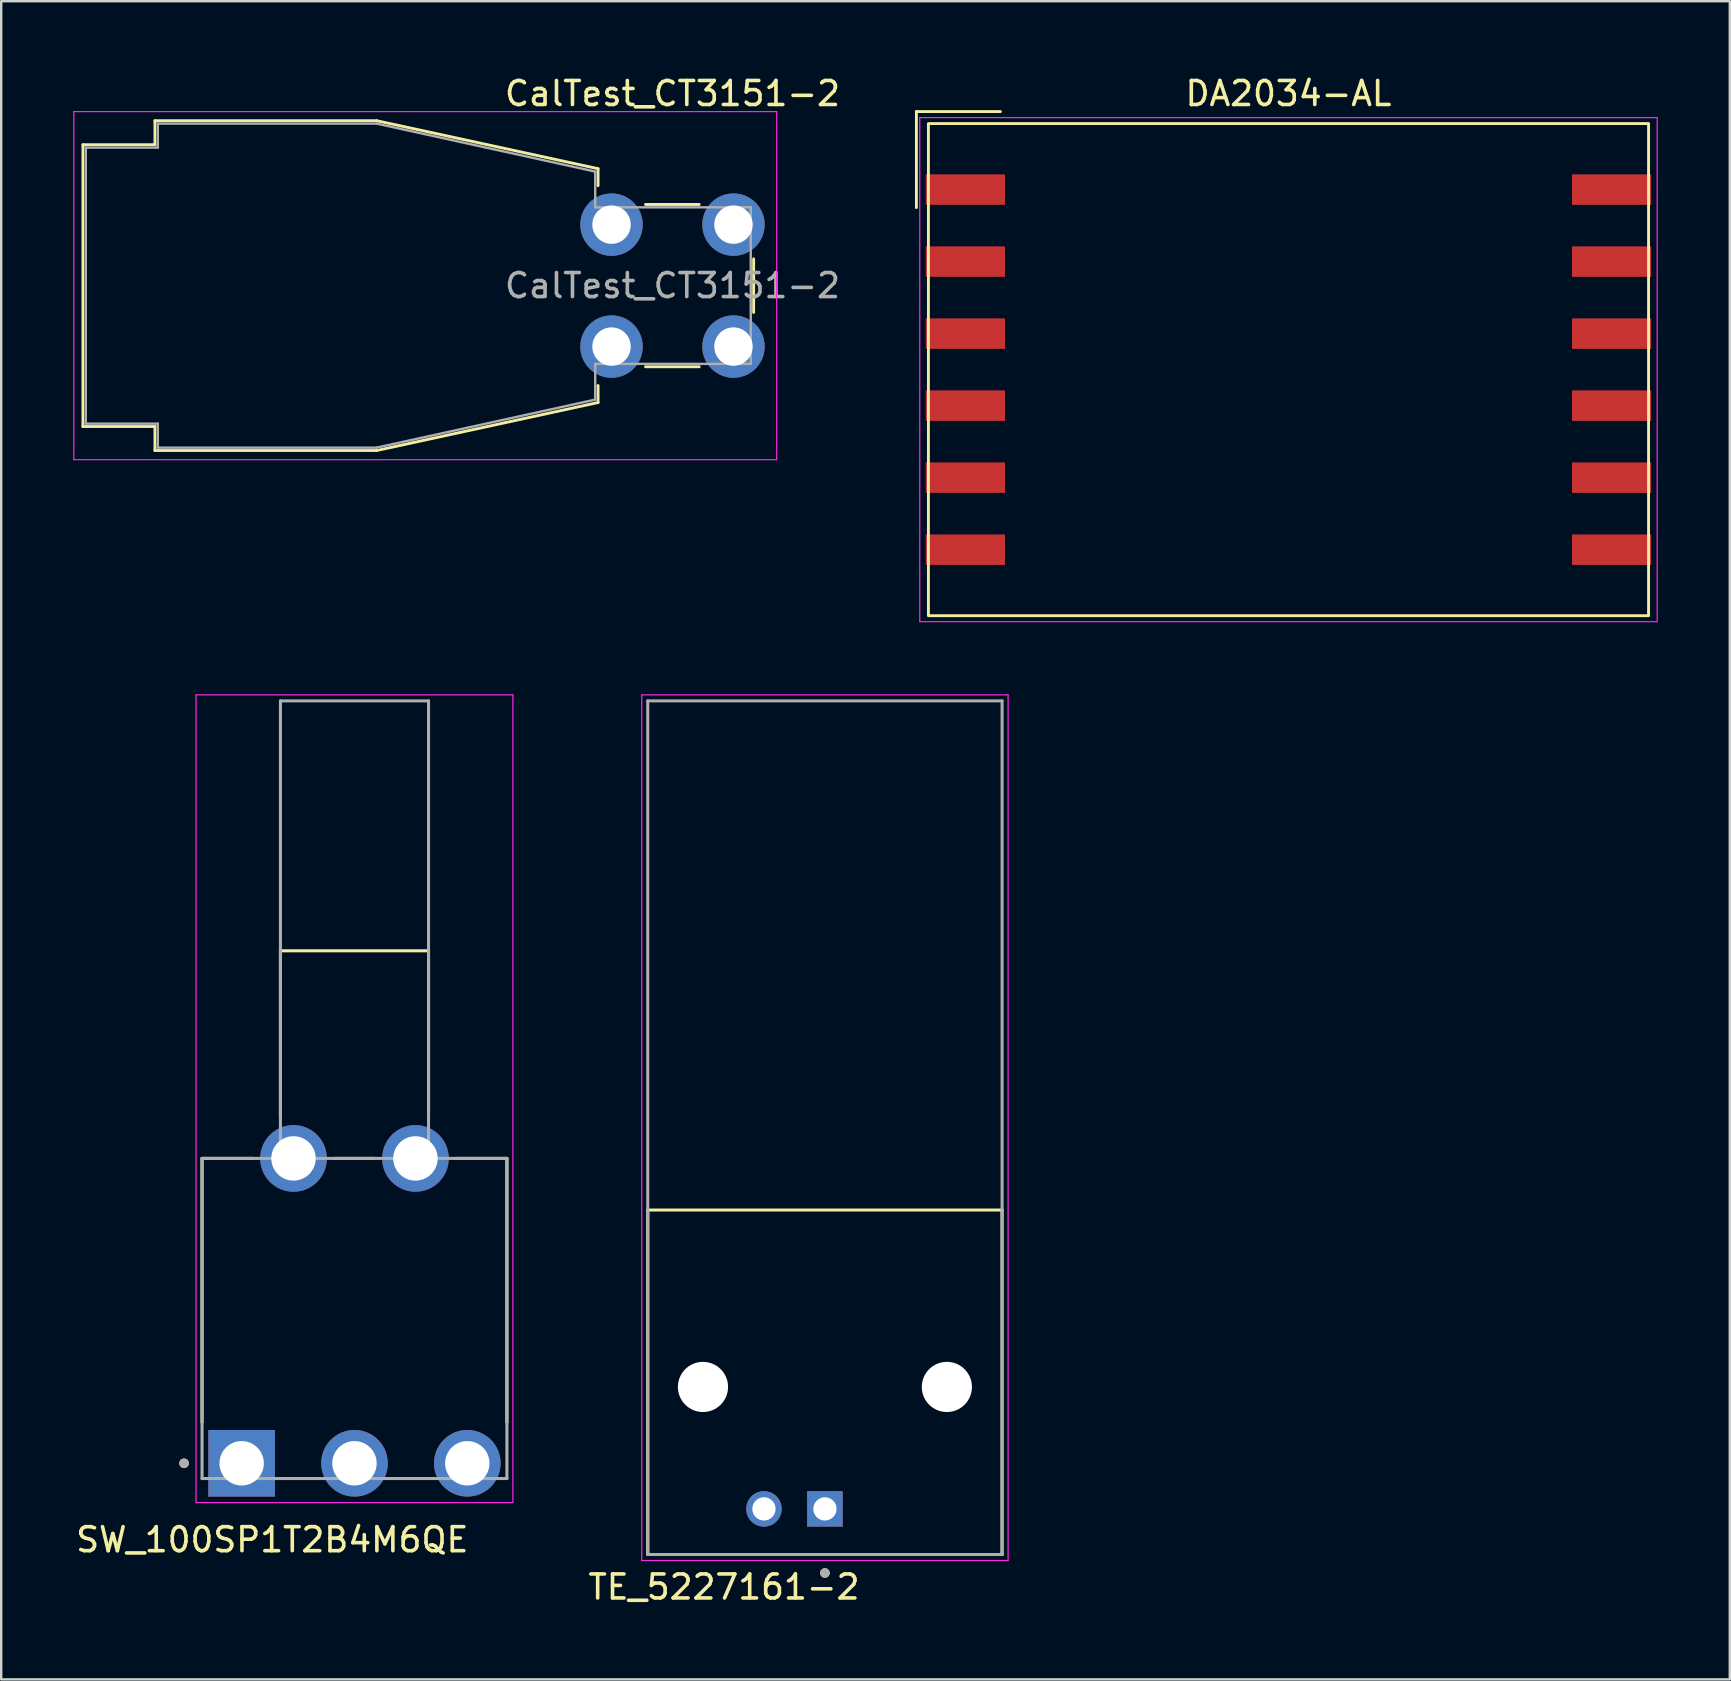
<source format=kicad_pcb>
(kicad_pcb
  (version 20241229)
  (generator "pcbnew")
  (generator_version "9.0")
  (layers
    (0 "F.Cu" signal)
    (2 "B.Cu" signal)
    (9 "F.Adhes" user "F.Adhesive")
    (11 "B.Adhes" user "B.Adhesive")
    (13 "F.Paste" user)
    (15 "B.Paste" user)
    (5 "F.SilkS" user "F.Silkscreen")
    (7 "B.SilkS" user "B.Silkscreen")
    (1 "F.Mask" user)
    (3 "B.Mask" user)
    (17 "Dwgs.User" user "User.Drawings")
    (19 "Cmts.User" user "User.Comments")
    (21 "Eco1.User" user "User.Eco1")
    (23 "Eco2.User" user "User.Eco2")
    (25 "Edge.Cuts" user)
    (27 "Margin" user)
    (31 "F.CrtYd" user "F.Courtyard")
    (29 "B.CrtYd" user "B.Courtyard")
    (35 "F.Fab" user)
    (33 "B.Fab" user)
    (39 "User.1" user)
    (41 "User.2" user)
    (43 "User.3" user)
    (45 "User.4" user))
  (footprint "DA2034-AL"
    (layer "F.Cu")
    (at 50.626 12.348)
    (property "Reference" "DA2034-AL" (at 0 -11.5 0) (layer "F.SilkS") (effects (font (size 1 1) (thickness 0.15))))
    (attr through_hole)
    (fp_line (start -15.5 -10.75) (end -12 -10.75) (stroke (width 0.12) (type solid)) (layer "F.SilkS"))
    (fp_line (start -15.5 -6.75) (end -15.5 -10.75) (stroke (width 0.12) (type solid)) (layer "F.SilkS"))
    (fp_rect (start -15 -10.25) (end 15 10.25) (stroke (width 0.12) (type solid)) (fill no) (layer "F.SilkS"))
    (fp_line (start -15.36 -10.5) (end 15.36 -10.5) (stroke (width 0.05) (type solid)) (layer "F.CrtYd"))
    (fp_line (start -15.36 10.5) (end -15.36 -10.5) (stroke (width 0.05) (type solid)) (layer "F.CrtYd"))
    (fp_line (start 15.36 -10.5) (end 15.36 10.5) (stroke (width 0.05) (type solid)) (layer "F.CrtYd"))
    (fp_line (start 15.36 10.5) (end -15.36 10.5) (stroke (width 0.05) (type solid)) (layer "F.CrtYd"))
    (pad "1" smd rect (at -13.46 -7.5 270) (size 1.27 3.3) (layers "F.Cu" "F.Mask" "F.Paste"))
    (pad "2" smd rect (at -13.46 -4.5 270) (size 1.27 3.3) (layers "F.Cu" "F.Mask" "F.Paste"))
    (pad "3" smd rect (at -13.46 -1.5 270) (size 1.27 3.3) (layers "F.Cu" "F.Mask" "F.Paste"))
    (pad "4" smd rect (at -13.46 1.5 270) (size 1.27 3.3) (layers "F.Cu" "F.Mask" "F.Paste"))
    (pad "5" smd rect (at -13.46 4.5 270) (size 1.27 3.3) (layers "F.Cu" "F.Mask" "F.Paste"))
    (pad "6" smd rect (at -13.46 7.5 270) (size 1.27 3.3) (layers "F.Cu" "F.Mask" "F.Paste"))
    (pad "7" smd rect (at 13.46 7.5 270) (size 1.27 3.3) (layers "F.Cu" "F.Mask" "F.Paste"))
    (pad "8" smd rect (at 13.46 4.5 270) (size 1.27 3.3) (layers "F.Cu" "F.Mask" "F.Paste"))
    (pad "9" smd rect (at 13.46 1.5 270) (size 1.27 3.3) (layers "F.Cu" "F.Mask" "F.Paste"))
    (pad "10" smd rect (at 13.46 -1.5 270) (size 1.27 3.3) (layers "F.Cu" "F.Mask" "F.Paste"))
    (pad "11" smd rect (at 13.46 -4.5 270) (size 1.27 3.3) (layers "F.Cu" "F.Mask" "F.Paste"))
    (pad "12" smd rect (at 13.46 -7.5 270) (size 1.27 3.3) (layers "F.Cu" "F.Mask" "F.Paste")))
  (footprint "SW_100SP1T2B4M6QE"
    (layer "F.Cu")
    (at 11.717 57.908)
    (property "Reference" "SW_100SP1T2B4M6QE" (at -3.425 3.185 0) (layer "F.SilkS") (effects (font (size 1 1) (thickness 0.15))))
    (attr through_hole)
    (fp_line (start -6.35 -12.7) (end -6.35 -1.708) (stroke (width 0.127) (type solid)) (layer "F.SilkS"))
    (fp_line (start -4.247 -12.7) (end -6.35 -12.7) (stroke (width 0.127) (type solid)) (layer "F.SilkS"))
    (fp_line (start -3.085 -21.35) (end 3.085 -21.35) (stroke (width 0.127) (type solid)) (layer "F.SilkS"))
    (fp_line (start -3.085 -14.408) (end -3.085 -21.35) (stroke (width 0.127) (type solid)) (layer "F.SilkS"))
    (fp_line (start -0.833 -12.7) (end 0.833 -12.7) (stroke (width 0.127) (type solid)) (layer "F.SilkS"))
    (fp_line (start 3.085 -21.35) (end 3.085 -14.408) (stroke (width 0.127) (type solid)) (layer "F.SilkS"))
    (fp_line (start 6.35 -12.7) (end 4.247 -12.7) (stroke (width 0.127) (type solid)) (layer "F.SilkS"))
    (fp_line (start 6.35 -1.708) (end 6.35 -12.7) (stroke (width 0.127) (type solid)) (layer "F.SilkS"))
    (fp_circle (center -7.1 0) (end -7 0) (stroke (width 0.2) (type solid)) (fill no) (layer "F.SilkS"))
    (fp_line (start -6.6 -32.01) (end -6.6 1.637) (stroke (width 0.05) (type solid)) (layer "F.CrtYd"))
    (fp_line (start -6.6 1.637) (end 6.6 1.637) (stroke (width 0.05) (type solid)) (layer "F.CrtYd"))
    (fp_line (start 6.6 -32.01) (end -6.6 -32.01) (stroke (width 0.05) (type solid)) (layer "F.CrtYd"))
    (fp_line (start 6.6 1.637) (end 6.6 -32.01) (stroke (width 0.05) (type solid)) (layer "F.CrtYd"))
    (fp_line (start -6.35 -12.7) (end -6.35 0.635) (stroke (width 0.127) (type solid)) (layer "F.Fab"))
    (fp_line (start -6.35 0.635) (end 6.35 0.635) (stroke (width 0.127) (type solid)) (layer "F.Fab"))
    (fp_line (start -3.085 -31.76) (end 3.085 -31.76) (stroke (width 0.127) (type solid)) (layer "F.Fab"))
    (fp_line (start -3.085 -12.7) (end -6.35 -12.7) (stroke (width 0.127) (type solid)) (layer "F.Fab"))
    (fp_line (start -3.085 -12.7) (end -3.085 -31.76) (stroke (width 0.127) (type solid)) (layer "F.Fab"))
    (fp_line (start 3.085 -31.76) (end 3.085 -12.7) (stroke (width 0.127) (type solid)) (layer "F.Fab"))
    (fp_line (start 3.085 -12.7) (end -3.085 -12.7) (stroke (width 0.127) (type solid)) (layer "F.Fab"))
    (fp_line (start 6.35 -12.7) (end 3.085 -12.7) (stroke (width 0.127) (type solid)) (layer "F.Fab"))
    (fp_line (start 6.35 0.635) (end 6.35 -12.7) (stroke (width 0.127) (type solid)) (layer "F.Fab"))
    (fp_circle (center -7.1 0) (end -7 0) (stroke (width 0.2) (type solid)) (fill no) (layer "F.Fab"))
    (pad "1" thru_hole rect (at -4.7 0) (size 2.775 2.775) (drill 1.85) (layers "*.Cu" "*.Mask"))
    (pad "2" thru_hole circle (at 0 0) (size 2.775 2.775) (drill 1.85) (layers "*.Cu" "*.Mask"))
    (pad "3" thru_hole circle (at 4.7 0) (size 2.775 2.775) (drill 1.85) (layers "*.Cu" "*.Mask"))
    (pad "S1" thru_hole circle (at -2.54 -12.7) (size 2.775 2.775) (drill 1.85) (layers "*.Cu" "*.Mask"))
    (pad "S2" thru_hole circle (at 2.54 -12.7) (size 2.775 2.775) (drill 1.85) (layers "*.Cu" "*.Mask")))
  (footprint "TE_5227161-2"
    (layer "F.Cu")
    (at 31.315 54.728)
    (property "Reference" "TE_5227161-2" (at -4.205 8.335 0) (layer "F.SilkS") (effects (font (size 1 1) (thickness 0.15))))
    (attr through_hole)
    (fp_line (start -7.38 -7.37) (end 7.38 -7.37) (stroke (width 0.127) (type solid)) (layer "F.SilkS"))
    (fp_line (start -7.38 6.98) (end -7.38 -7.37) (stroke (width 0.127) (type solid)) (layer "F.SilkS"))
    (fp_line (start 7.38 -7.37) (end 7.38 6.98) (stroke (width 0.127) (type solid)) (layer "F.SilkS"))
    (fp_line (start 7.38 6.98) (end -7.38 6.98) (stroke (width 0.127) (type solid)) (layer "F.SilkS"))
    (fp_circle (center 0 7.75) (end 0.1 7.75) (stroke (width 0.2) (type solid)) (fill no) (layer "F.SilkS"))
    (fp_line (start -7.63 -28.83) (end 7.63 -28.83) (stroke (width 0.05) (type solid)) (layer "F.CrtYd"))
    (fp_line (start -7.63 7.23) (end -7.63 -28.83) (stroke (width 0.05) (type solid)) (layer "F.CrtYd"))
    (fp_line (start 7.63 -28.83) (end 7.63 7.23) (stroke (width 0.05) (type solid)) (layer "F.CrtYd"))
    (fp_line (start 7.63 7.23) (end -7.63 7.23) (stroke (width 0.05) (type solid)) (layer "F.CrtYd"))
    (fp_line (start -7.38 -28.58) (end 7.38 -28.58) (stroke (width 0.127) (type solid)) (layer "F.Fab"))
    (fp_line (start -7.38 6.98) (end -7.38 -28.58) (stroke (width 0.127) (type solid)) (layer "F.Fab"))
    (fp_line (start 7.38 -28.58) (end 7.38 6.98) (stroke (width 0.127) (type solid)) (layer "F.Fab"))
    (fp_line (start 7.38 6.98) (end -7.38 6.98) (stroke (width 0.127) (type solid)) (layer "F.Fab"))
    (fp_circle (center 0 7.75) (end 0.1 7.75) (stroke (width 0.2) (type solid)) (fill no) (layer "F.Fab"))
    (pad "" np_thru_hole circle (at -5.08 0) (size 2.09 2.09) (drill 2.09) (layers "*.Cu" "*.Mask"))
    (pad "" np_thru_hole circle (at 5.08 0) (size 2.09 2.09) (drill 2.09) (layers "*.Cu" "*.Mask"))
    (pad "1" thru_hole rect (at 0 5.08) (size 1.478 1.478) (drill 0.97) (layers "*.Cu" "*.Mask"))
    (pad "2" thru_hole circle (at -2.54 5.08) (size 1.478 1.478) (drill 0.97) (layers "*.Cu" "*.Mask")))
  (footprint "CalTest_CT3151-2"
    (layer "F.Cu")
    (at 22.425 6.308)
    (property "Reference" "CalTest_CT3151-2" (at 2.54 -5.46 0) (layer "F.SilkS") (effects (font (size 1 1) (thickness 0.15))))
    (attr through_hole)
    (fp_line (start -22.02 -3.33) (end -19.02 -3.33) (stroke (width 0.12) (type solid)) (layer "F.SilkS"))
    (fp_line (start -22.02 8.41) (end -22.02 -3.33) (stroke (width 0.12) (type solid)) (layer "F.SilkS"))
    (fp_line (start -19.02 -4.33) (end -9.79 -4.33) (stroke (width 0.12) (type solid)) (layer "F.SilkS"))
    (fp_line (start -19.02 -3.33) (end -19.02 -4.33) (stroke (width 0.12) (type solid)) (layer "F.SilkS"))
    (fp_line (start -19.02 8.41) (end -22.02 8.41) (stroke (width 0.12) (type solid)) (layer "F.SilkS"))
    (fp_line (start -19.02 9.41) (end -19.02 8.41) (stroke (width 0.12) (type solid)) (layer "F.SilkS"))
    (fp_line (start -9.79 -4.33) (end -0.561 -2.33) (stroke (width 0.12) (type solid)) (layer "F.SilkS"))
    (fp_line (start -9.79 9.41) (end -19.02 9.41) (stroke (width 0.12) (type solid)) (layer "F.SilkS"))
    (fp_line (start -0.561 -2.33) (end -0.561 -1.623) (stroke (width 0.12) (type solid)) (layer "F.SilkS"))
    (fp_line (start -0.561 6.703) (end -0.561 7.41) (stroke (width 0.12) (type solid)) (layer "F.SilkS"))
    (fp_line (start -0.561 7.41) (end -9.79 9.41) (stroke (width 0.12) (type solid)) (layer "F.SilkS"))
    (fp_line (start 1.417 -0.84) (end 3.652 -0.84) (stroke (width 0.12) (type solid)) (layer "F.SilkS"))
    (fp_line (start 3.653 5.92) (end 1.417 5.92) (stroke (width 0.12) (type solid)) (layer "F.SilkS"))
    (fp_line (start 5.92 1.425) (end 5.92 3.656) (stroke (width 0.12) (type solid)) (layer "F.SilkS"))
    (fp_line (start -22.4 -4.71) (end -22.4 9.79) (stroke (width 0.05) (type solid)) (layer "F.CrtYd"))
    (fp_line (start -22.4 9.79) (end 6.88 9.79) (stroke (width 0.05) (type solid)) (layer "F.CrtYd"))
    (fp_line (start 6.88 -4.71) (end -22.4 -4.71) (stroke (width 0.05) (type solid)) (layer "F.CrtYd"))
    (fp_line (start 6.88 9.79) (end 6.88 -4.71) (stroke (width 0.05) (type solid)) (layer "F.CrtYd"))
    (fp_line (start -21.9 -3.21) (end -18.9 -3.21) (stroke (width 0.1) (type solid)) (layer "F.Fab"))
    (fp_line (start -21.9 8.29) (end -21.9 -3.21) (stroke (width 0.1) (type solid)) (layer "F.Fab"))
    (fp_line (start -18.9 -4.21) (end -9.79 -4.21) (stroke (width 0.1) (type solid)) (layer "F.Fab"))
    (fp_line (start -18.9 -3.21) (end -18.9 -4.21) (stroke (width 0.1) (type solid)) (layer "F.Fab"))
    (fp_line (start -18.9 8.29) (end -21.9 8.29) (stroke (width 0.1) (type solid)) (layer "F.Fab"))
    (fp_line (start -18.9 9.29) (end -18.9 8.29) (stroke (width 0.1) (type solid)) (layer "F.Fab"))
    (fp_line (start -9.79 -4.21) (end -0.68 -2.21) (stroke (width 0.1) (type solid)) (layer "F.Fab"))
    (fp_line (start -9.79 9.29) (end -18.9 9.29) (stroke (width 0.1) (type solid)) (layer "F.Fab"))
    (fp_line (start -0.68 -2.21) (end -0.68 -0.72) (stroke (width 0.1) (type solid)) (layer "F.Fab"))
    (fp_line (start -0.68 -0.72) (end 5.8 -0.72) (stroke (width 0.1) (type solid)) (layer "F.Fab"))
    (fp_line (start -0.68 5.8) (end -0.68 7.29) (stroke (width 0.1) (type solid)) (layer "F.Fab"))
    (fp_line (start -0.68 7.29) (end -9.79 9.29) (stroke (width 0.1) (type solid)) (layer "F.Fab"))
    (fp_line (start 5.8 -0.72) (end 5.8 5.8) (stroke (width 0.1) (type solid)) (layer "F.Fab"))
    (fp_line (start 5.8 5.8) (end -0.68 5.8) (stroke (width 0.1) (type solid)) (layer "F.Fab"))
    (fp_text user "${REFERENCE}" (at 2.54 2.54 0) (layer "F.Fab") (effects (font (size 1 1) (thickness 0.15))))
    (pad "1" thru_hole circle (at 0 0) (size 2.6 2.6) (drill 1.6) (layers "*.Cu" "*.Mask"))
    (pad "1" thru_hole circle (at 0 5.08) (size 2.6 2.6) (drill 1.6) (layers "*.Cu" "*.Mask"))
    (pad "1" thru_hole circle (at 5.08 0) (size 2.6 2.6) (drill 1.6) (layers "*.Cu" "*.Mask"))
    (pad "1" thru_hole circle (at 5.08 5.08) (size 2.6 2.6) (drill 1.6) (layers "*.Cu" "*.Mask")))
  (gr_rect
    (start -3 -3)
    (end 69.011 66.912)
    (stroke (width 0.1) (type default))
    (fill no)
    (layer "Edge.Cuts")))
</source>
